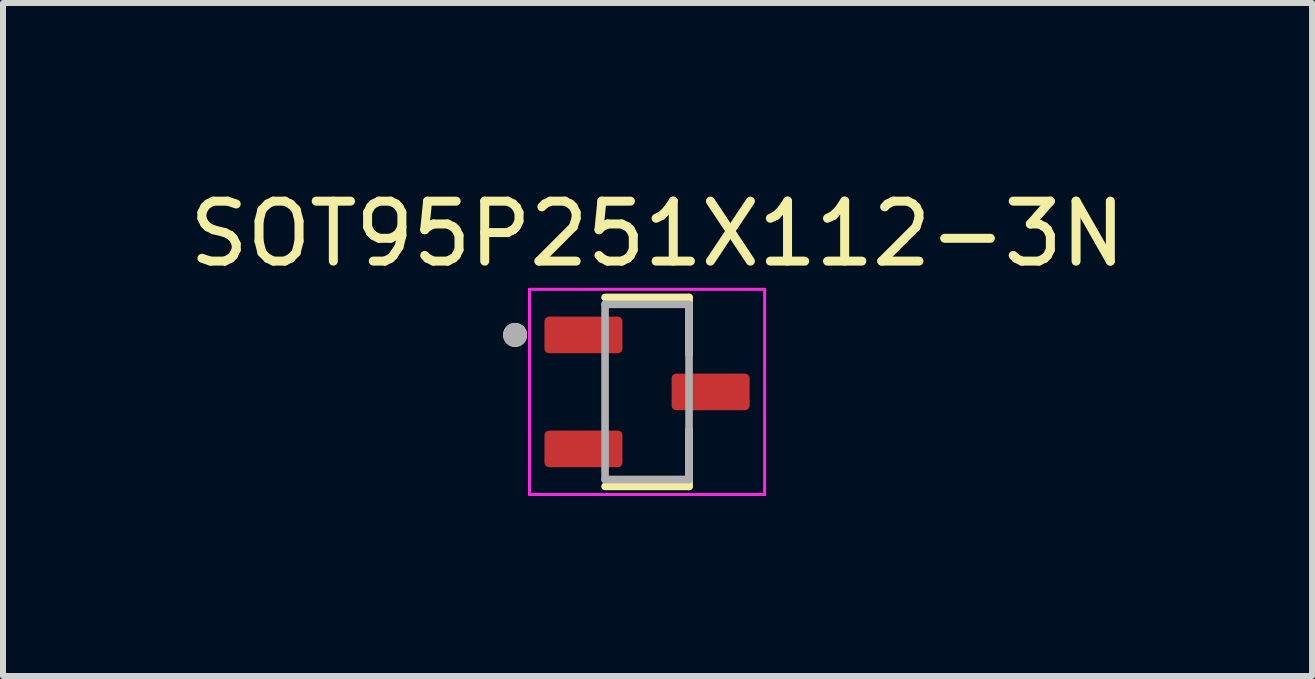
<source format=kicad_pcb>
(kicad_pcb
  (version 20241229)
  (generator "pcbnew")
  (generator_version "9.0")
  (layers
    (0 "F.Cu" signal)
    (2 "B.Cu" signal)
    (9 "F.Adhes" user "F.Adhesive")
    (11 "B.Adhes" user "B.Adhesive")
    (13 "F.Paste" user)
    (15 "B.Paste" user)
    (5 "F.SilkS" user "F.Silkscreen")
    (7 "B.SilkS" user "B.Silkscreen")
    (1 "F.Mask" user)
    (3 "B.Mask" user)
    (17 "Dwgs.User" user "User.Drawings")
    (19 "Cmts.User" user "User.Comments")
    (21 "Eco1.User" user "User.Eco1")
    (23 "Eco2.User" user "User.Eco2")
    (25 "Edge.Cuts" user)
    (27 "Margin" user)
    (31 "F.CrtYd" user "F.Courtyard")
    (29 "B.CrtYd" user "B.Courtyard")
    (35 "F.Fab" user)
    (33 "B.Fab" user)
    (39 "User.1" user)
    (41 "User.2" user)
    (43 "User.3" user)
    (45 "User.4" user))
  (footprint "SOT95P251X112-3N"
    (layer "F.Cu")
    (at 7.736 3.483)
    (property "Reference" "SOT95P251X112-3N" (at 0.175 -2.635 0) (layer "F.SilkS") (effects (font (size 1 1) (thickness 0.15))))
    (attr smd)
    (fp_line (start -0.7 1.575) (end 0.7 1.575) (stroke (width 0.127) (type solid)) (layer "F.SilkS"))
    (fp_line (start 0.7 -1.575) (end -0.7 -1.575) (stroke (width 0.127) (type solid)) (layer "F.SilkS"))
    (fp_line (start 0.7 -1.575) (end 0.7 -0.625) (stroke (width 0.127) (type solid)) (layer "F.SilkS"))
    (fp_line (start 0.7 1.575) (end 0.7 0.625) (stroke (width 0.127) (type solid)) (layer "F.SilkS"))
    (fp_circle (center -2.2 -0.95) (end -2.1 -0.95) (stroke (width 0.2) (type solid)) (fill no) (layer "F.SilkS"))
    (fp_line (start -1.96 -1.71) (end -1.96 1.71) (stroke (width 0.05) (type solid)) (layer "F.CrtYd"))
    (fp_line (start -1.96 1.71) (end 1.96 1.71) (stroke (width 0.05) (type solid)) (layer "F.CrtYd"))
    (fp_line (start 1.96 -1.71) (end -1.96 -1.71) (stroke (width 0.05) (type solid)) (layer "F.CrtYd"))
    (fp_line (start 1.96 1.71) (end 1.96 -1.71) (stroke (width 0.05) (type solid)) (layer "F.CrtYd"))
    (fp_line (start -0.7 -1.46) (end -0.7 1.46) (stroke (width 0.127) (type solid)) (layer "F.Fab"))
    (fp_line (start -0.7 1.46) (end 0.7 1.46) (stroke (width 0.127) (type solid)) (layer "F.Fab"))
    (fp_line (start 0.7 -1.46) (end -0.7 -1.46) (stroke (width 0.127) (type solid)) (layer "F.Fab"))
    (fp_line (start 0.7 1.46) (end 0.7 -1.46) (stroke (width 0.127) (type solid)) (layer "F.Fab"))
    (fp_circle (center -2.2 -0.95) (end -2.1 -0.95) (stroke (width 0.2) (type solid)) (fill no) (layer "F.Fab"))
    (pad "1" smd roundrect (at -1.06 -0.95) (size 1.3 0.61) (layers "F.Cu" "F.Mask" "F.Paste") (roundrect_rratio 0.125))
    (pad "2" smd roundrect (at -1.06 0.95) (size 1.3 0.61) (layers "F.Cu" "F.Mask" "F.Paste") (roundrect_rratio 0.125))
    (pad "3" smd roundrect (at 1.06 0) (size 1.3 0.61) (layers "F.Cu" "F.Mask" "F.Paste") (roundrect_rratio 0.125)))
  (gr_rect
    (start -3 -3)
    (end 18.821 8.218)
    (stroke (width 0.1) (type default))
    (fill no)
    (layer "Edge.Cuts")))
</source>
